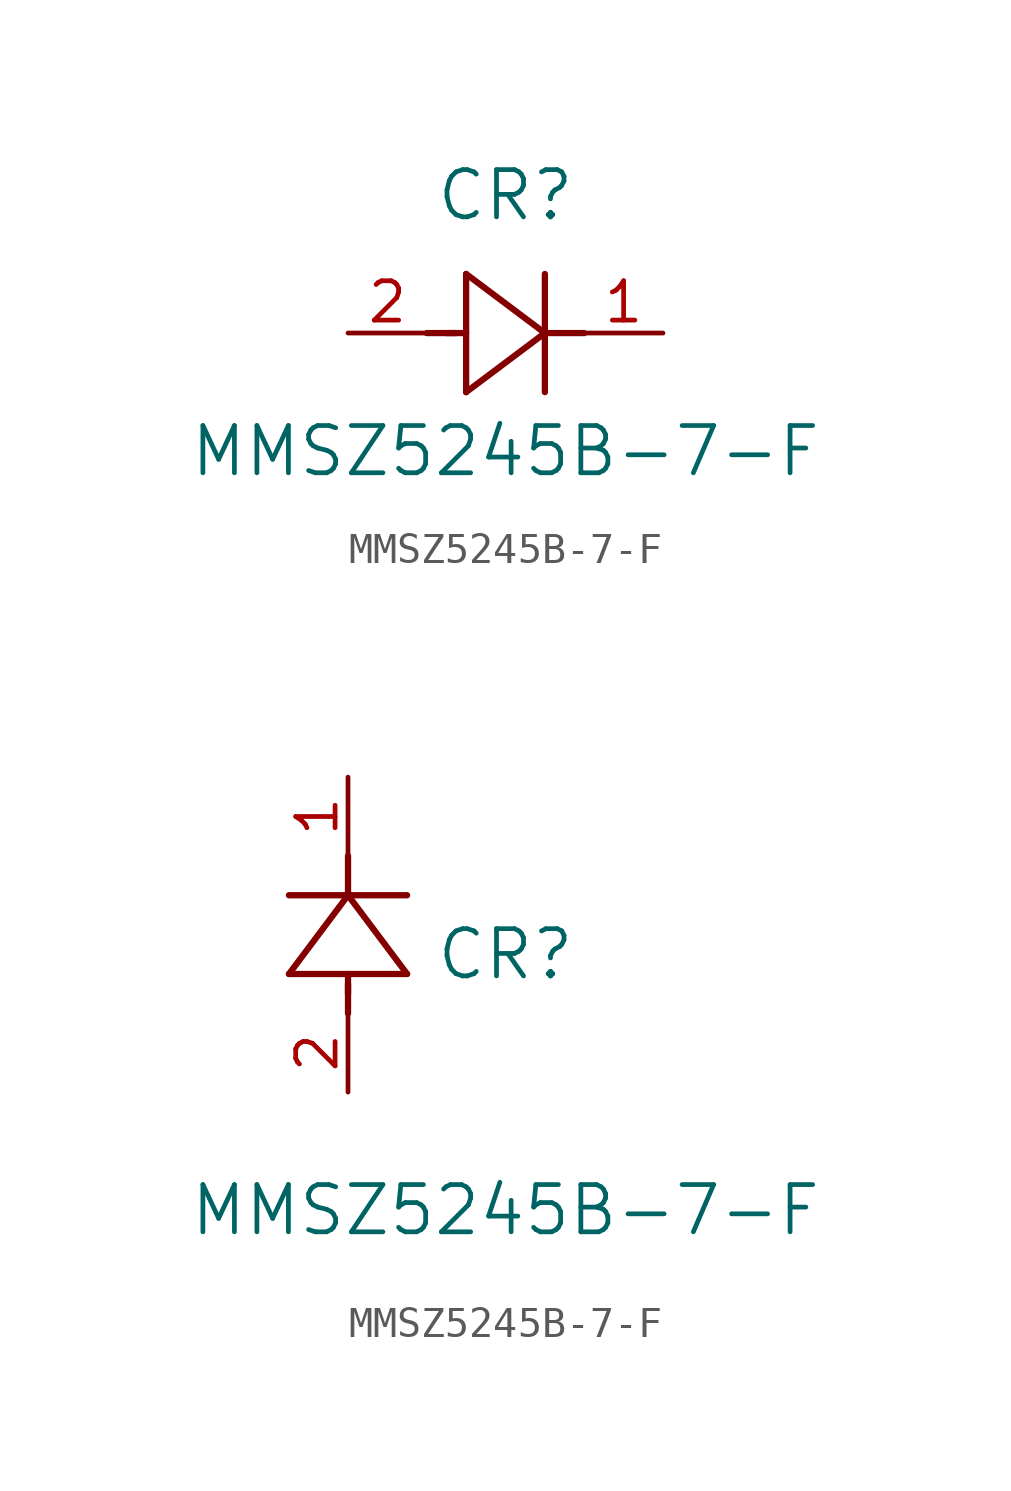
<source format=kicad_sym>
(kicad_symbol_lib
  (version 20211014)
  (generator kicad_symbol_editor)
  (symbol "MMSZ5245B-7-F"
    (pin_names
      (offset 0.254))
    (property "Reference" "CR"
      (at 5.08 4.445 0)
      (effects (font (size 1.524 1.524))))
    (property "Value" "MMSZ5245B-7-F"
      (at 5.08 -3.81 0)
      (effects (font (size 1.524 1.524))))
    (symbol "MMSZ5245B-7-F_1_1"
      (polyline (pts (xy 2.54 0) (xy 3.48 0)) (stroke (width 0.203) (type default) (color 0 0 0 0)) (fill (type none)))
      (polyline (pts (xy 3.81 1.905) (xy 3.81 -1.905)) (stroke (width 0.203) (type default) (color 0 0 0 0)) (fill (type none)))
      (polyline (pts (xy 3.175 0) (xy 3.81 0)) (stroke (width 0.203) (type default) (color 0 0 0 0)) (fill (type none)))
      (polyline (pts (xy 6.35 -1.905) (xy 6.35 1.905)) (stroke (width 0.203) (type default) (color 0 0 0 0)) (fill (type none)))
      (polyline (pts (xy 6.35 0) (xy 7.62 0)) (stroke (width 0.203) (type default) (color 0 0 0 0)) (fill (type none)))
      (polyline (pts (xy 6.35 0) (xy 3.81 1.905)) (stroke (width 0.203) (type default) (color 0 0 0 0)) (fill (type none)))
      (polyline (pts (xy 3.81 -1.905) (xy 6.35 0)) (stroke (width 0.203) (type default) (color 0 0 0 0)) (fill (type none)))
      (pin unspecified line (at 0 0 0) (length 2.54) (name "" (effects (font (size 1.27 1.27)))) (number "2" (effects (font (size 1.27 1.27)))))
      (pin unspecified line (at 10.16 0 180) (length 2.54) (name "" (effects (font (size 1.27 1.27)))) (number "1" (effects (font (size 1.27 1.27))))))
    (symbol "MMSZ5245B-7-F_1_2"
      (polyline (pts (xy 0 2.54) (xy 0 3.48)) (stroke (width 0.203) (type default) (color 0 0 0 0)) (fill (type none)))
      (polyline (pts (xy -1.905 3.81) (xy 1.905 3.81)) (stroke (width 0.203) (type default) (color 0 0 0 0)) (fill (type none)))
      (polyline (pts (xy 0 3.175) (xy 0 3.81)) (stroke (width 0.203) (type default) (color 0 0 0 0)) (fill (type none)))
      (polyline (pts (xy 1.905 6.35) (xy -1.905 6.35)) (stroke (width 0.203) (type default) (color 0 0 0 0)) (fill (type none)))
      (polyline (pts (xy 0 6.35) (xy 0 7.62)) (stroke (width 0.203) (type default) (color 0 0 0 0)) (fill (type none)))
      (polyline (pts (xy 0 6.35) (xy -1.905 3.81)) (stroke (width 0.203) (type default) (color 0 0 0 0)) (fill (type none)))
      (polyline (pts (xy 1.905 3.81) (xy 0 6.35)) (stroke (width 0.203) (type default) (color 0 0 0 0)) (fill (type none)))
      (pin unspecified line (at 0 0 90) (length 2.54) (name "" (effects (font (size 1.27 1.27)))) (number "2" (effects (font (size 1.27 1.27)))))
      (pin unspecified line (at 0 10.16 270) (length 2.54) (name "" (effects (font (size 1.27 1.27)))) (number "1" (effects (font (size 1.27 1.27))))))))
</source>
